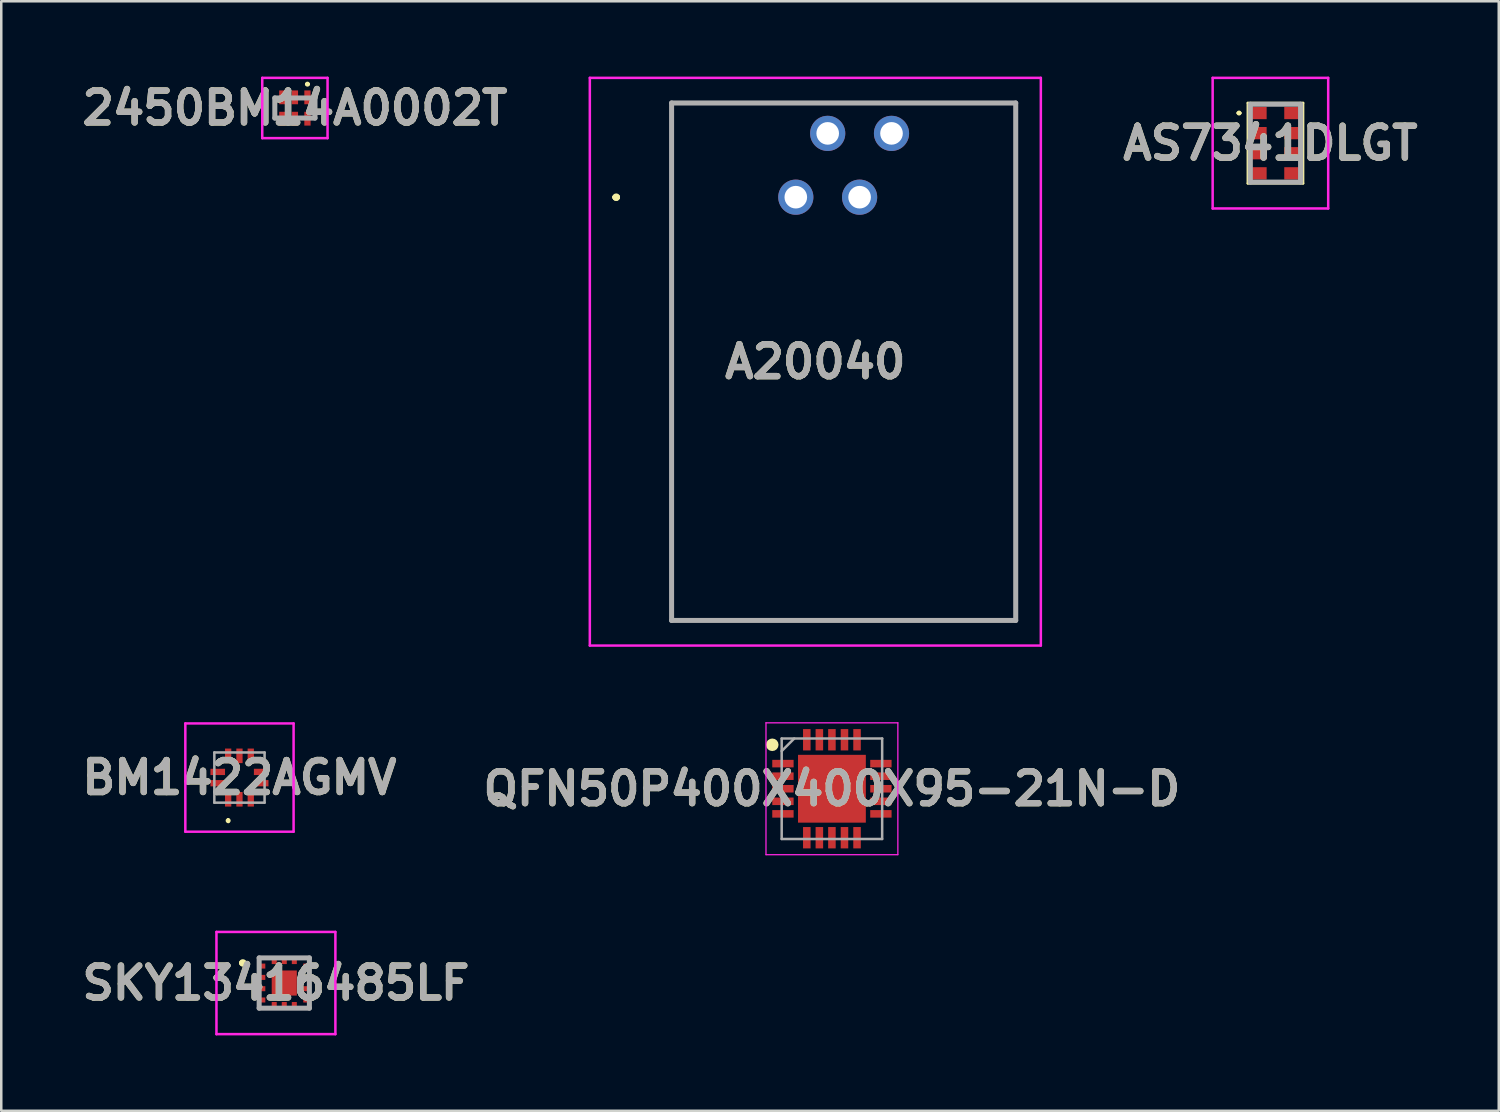
<source format=kicad_pcb>
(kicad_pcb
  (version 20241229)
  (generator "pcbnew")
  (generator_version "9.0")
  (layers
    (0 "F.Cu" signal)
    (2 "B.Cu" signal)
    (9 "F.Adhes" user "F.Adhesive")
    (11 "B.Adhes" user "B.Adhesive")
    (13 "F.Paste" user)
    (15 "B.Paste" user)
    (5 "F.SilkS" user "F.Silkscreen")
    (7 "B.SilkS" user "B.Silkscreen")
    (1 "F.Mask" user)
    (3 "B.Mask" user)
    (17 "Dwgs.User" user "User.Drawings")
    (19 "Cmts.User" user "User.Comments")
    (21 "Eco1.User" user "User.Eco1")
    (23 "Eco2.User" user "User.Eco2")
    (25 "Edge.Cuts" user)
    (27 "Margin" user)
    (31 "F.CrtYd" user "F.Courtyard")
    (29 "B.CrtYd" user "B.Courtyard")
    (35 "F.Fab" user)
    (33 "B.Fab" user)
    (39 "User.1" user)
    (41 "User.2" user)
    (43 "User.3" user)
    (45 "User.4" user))
  (footprint "AS7341DLGT"
    (layer "F.Cu")
    (at 47.726 2.65)
    (property "Reference" "AS7341DLGT" (at -0.2 0 0) (layer "F.SilkS") (effects (font (size 1.27 1.27) (thickness 0.254))))
    (attr smd)
    (fp_line (start -1.5 -1.2) (end -1.5 -1.2) (stroke (width 0.1) (type solid)) (layer "F.SilkS"))
    (fp_line (start -1.4 -1.2) (end -1.4 -1.2) (stroke (width 0.1) (type solid)) (layer "F.SilkS"))
    (fp_line (start -1.1 -1.6) (end 1.1 -1.6) (stroke (width 0.1) (type solid)) (layer "F.SilkS"))
    (fp_line (start -1.1 1.6) (end -1.1 -1.6) (stroke (width 0.1) (type solid)) (layer "F.SilkS"))
    (fp_line (start 1.1 -1.6) (end 1.1 1.6) (stroke (width 0.1) (type solid)) (layer "F.SilkS"))
    (fp_line (start 1.1 1.6) (end -1.1 1.6) (stroke (width 0.1) (type solid)) (layer "F.SilkS"))
    (fp_arc (start -1.5 -1.2) (mid -1.45 -1.25) (end -1.4 -1.2) (stroke (width 0.1) (type solid)) (layer "F.SilkS"))
    (fp_arc (start -1.4 -1.2) (mid -1.45 -1.15) (end -1.5 -1.2) (stroke (width 0.1) (type solid)) (layer "F.SilkS"))
    (fp_line (start -2.5 -2.6) (end 2.1 -2.6) (stroke (width 0.1) (type solid)) (layer "F.CrtYd"))
    (fp_line (start -2.5 2.6) (end -2.5 -2.6) (stroke (width 0.1) (type solid)) (layer "F.CrtYd"))
    (fp_line (start 2.1 -2.6) (end 2.1 2.6) (stroke (width 0.1) (type solid)) (layer "F.CrtYd"))
    (fp_line (start 2.1 2.6) (end -2.5 2.6) (stroke (width 0.1) (type solid)) (layer "F.CrtYd"))
    (fp_line (start -1 -1.55) (end 1 -1.55) (stroke (width 0.2) (type solid)) (layer "F.Fab"))
    (fp_line (start -1 1.55) (end -1 -1.55) (stroke (width 0.2) (type solid)) (layer "F.Fab"))
    (fp_line (start 1 -1.55) (end 1 1.55) (stroke (width 0.2) (type solid)) (layer "F.Fab"))
    (fp_line (start 1 1.55) (end -1 1.55) (stroke (width 0.2) (type solid)) (layer "F.Fab"))
    (fp_text user "${REFERENCE}" (at -0.2 0 0) (layer "F.Fab") (effects (font (size 1.27 1.27) (thickness 0.254))))
    (pad "1" smd rect (at -0.638 -1.2 90) (size 0.488 0.575) (layers "F.Cu" "F.Mask" "F.Paste"))
    (pad "2" smd rect (at -0.638 -0.4 90) (size 0.488 0.575) (layers "F.Cu" "F.Mask" "F.Paste"))
    (pad "3" smd rect (at -0.638 0.4 90) (size 0.488 0.575) (layers "F.Cu" "F.Mask" "F.Paste"))
    (pad "4" smd rect (at -0.638 1.2 90) (size 0.488 0.575) (layers "F.Cu" "F.Mask" "F.Paste"))
    (pad "5" smd rect (at 0.638 1.2 90) (size 0.488 0.575) (layers "F.Cu" "F.Mask" "F.Paste"))
    (pad "6" smd rect (at 0.638 0.4 90) (size 0.488 0.575) (layers "F.Cu" "F.Mask" "F.Paste"))
    (pad "7" smd rect (at 0.638 -0.4 90) (size 0.488 0.575) (layers "F.Cu" "F.Mask" "F.Paste"))
    (pad "8" smd rect (at 0.638 -1.2 90) (size 0.488 0.575) (layers "F.Cu" "F.Mask" "F.Paste")))
  (footprint "BM1422AGMV"
    (layer "F.Cu")
    (at 6.483 27.905)
    (property "Reference" "BM1422AGMV" (at 0 0 0) (layer "F.SilkS") (effects (font (size 1.27 1.27) (thickness 0.254))))
    (attr smd)
    (fp_line (start -0.45 1.665) (end -0.45 1.665) (stroke (width 0.1) (type solid)) (layer "F.SilkS"))
    (fp_line (start -0.45 1.765) (end -0.45 1.765) (stroke (width 0.1) (type solid)) (layer "F.SilkS"))
    (fp_arc (start -0.45 1.665) (mid -0.4 1.715) (end -0.45 1.765) (stroke (width 0.1) (type solid)) (layer "F.SilkS"))
    (fp_arc (start -0.45 1.765) (mid -0.5 1.715) (end -0.45 1.665) (stroke (width 0.1) (type solid)) (layer "F.SilkS"))
    (fp_line (start -2.155 -2.155) (end -2.155 2.155) (stroke (width 0.1) (type solid)) (layer "F.CrtYd"))
    (fp_line (start -2.155 2.155) (end 2.155 2.155) (stroke (width 0.1) (type solid)) (layer "F.CrtYd"))
    (fp_line (start 2.155 -2.155) (end -2.155 -2.155) (stroke (width 0.1) (type solid)) (layer "F.CrtYd"))
    (fp_line (start 2.155 2.155) (end 2.155 -2.155) (stroke (width 0.1) (type solid)) (layer "F.CrtYd"))
    (fp_line (start -1 -1) (end -1 1) (stroke (width 0.1) (type solid)) (layer "F.Fab"))
    (fp_line (start -1 1) (end 1 1) (stroke (width 0.1) (type solid)) (layer "F.Fab"))
    (fp_line (start 1 -1) (end -1 -1) (stroke (width 0.1) (type solid)) (layer "F.Fab"))
    (fp_line (start 1 1) (end 1 -1) (stroke (width 0.1) (type solid)) (layer "F.Fab"))
    (fp_text user "${REFERENCE}" (at 0 0 0) (layer "F.Fab") (effects (font (size 1.27 1.27) (thickness 0.254))))
    (pad "1" smd rect (at -0.45 0.865) (size 0.25 0.58) (layers "F.Cu" "F.Mask" "F.Paste"))
    (pad "2" smd rect (at 0 0.865) (size 0.25 0.58) (layers "F.Cu" "F.Mask" "F.Paste"))
    (pad "3" smd rect (at 0.45 0.865) (size 0.25 0.58) (layers "F.Cu" "F.Mask" "F.Paste"))
    (pad "4" smd rect (at 0.865 0.225 90) (size 0.25 0.58) (layers "F.Cu" "F.Mask" "F.Paste"))
    (pad "5" smd rect (at 0.865 -0.225 90) (size 0.25 0.58) (layers "F.Cu" "F.Mask" "F.Paste"))
    (pad "6" smd rect (at 0.45 -0.865) (size 0.25 0.58) (layers "F.Cu" "F.Mask" "F.Paste"))
    (pad "7" smd rect (at 0 -0.865) (size 0.25 0.58) (layers "F.Cu" "F.Mask" "F.Paste"))
    (pad "8" smd rect (at -0.45 -0.865) (size 0.25 0.58) (layers "F.Cu" "F.Mask" "F.Paste"))
    (pad "9" smd rect (at -0.865 -0.225 90) (size 0.25 0.58) (layers "F.Cu" "F.Mask" "F.Paste"))
    (pad "10" smd rect (at -0.865 0.225 90) (size 0.25 0.58) (layers "F.Cu" "F.Mask" "F.Paste")))
  (footprint "2450BM14A0002T"
    (layer "F.Cu")
    (at 8.69 1.25)
    (property "Reference" "2450BM14A0002T" (at 0 0 0) (layer "F.SilkS") (effects (font (size 1.27 1.27) (thickness 0.254))))
    (attr smd)
    (fp_line (start -0.8 -0.425) (end -0.8 0.425) (stroke (width 0.1) (type solid)) (layer "F.SilkS"))
    (fp_line (start 0.45 -0.95) (end 0.45 -0.95) (stroke (width 0.1) (type solid)) (layer "F.SilkS"))
    (fp_line (start 0.55 -0.95) (end 0.55 -0.95) (stroke (width 0.1) (type solid)) (layer "F.SilkS"))
    (fp_line (start 0.8 -0.4) (end 0.8 0.425) (stroke (width 0.1) (type solid)) (layer "F.SilkS"))
    (fp_arc (start 0.45 -0.95) (mid 0.5 -1) (end 0.55 -0.95) (stroke (width 0.1) (type solid)) (layer "F.SilkS"))
    (fp_arc (start 0.55 -0.95) (mid 0.5 -0.9) (end 0.45 -0.95) (stroke (width 0.1) (type solid)) (layer "F.SilkS"))
    (fp_line (start -1.3 -1.2) (end 1.3 -1.2) (stroke (width 0.1) (type solid)) (layer "F.CrtYd"))
    (fp_line (start -1.3 1.2) (end -1.3 -1.2) (stroke (width 0.1) (type solid)) (layer "F.CrtYd"))
    (fp_line (start 1.3 -1.2) (end 1.3 1.2) (stroke (width 0.1) (type solid)) (layer "F.CrtYd"))
    (fp_line (start 1.3 1.2) (end -1.3 1.2) (stroke (width 0.1) (type solid)) (layer "F.CrtYd"))
    (fp_line (start -0.8 -0.4) (end 0.8 -0.4) (stroke (width 0.2) (type solid)) (layer "F.Fab"))
    (fp_line (start -0.8 0.4) (end -0.8 -0.4) (stroke (width 0.2) (type solid)) (layer "F.Fab"))
    (fp_line (start 0.8 -0.4) (end 0.8 0.4) (stroke (width 0.2) (type solid)) (layer "F.Fab"))
    (fp_line (start 0.8 0.4) (end -0.8 0.4) (stroke (width 0.2) (type solid)) (layer "F.Fab"))
    (fp_text user "${REFERENCE}" (at 0 0 0) (layer "F.Fab") (effects (font (size 1.27 1.27) (thickness 0.254))))
    (pad "1" smd rect (at 0.5 -0.425) (size 0.25 0.55) (layers "F.Cu" "F.Mask" "F.Paste"))
    (pad "2" smd rect (at 0 -0.425) (size 0.25 0.55) (layers "F.Cu" "F.Mask" "F.Paste"))
    (pad "3" smd rect (at -0.5 -0.425) (size 0.25 0.55) (layers "F.Cu" "F.Mask" "F.Paste"))
    (pad "4" smd rect (at -0.5 0.425) (size 0.25 0.55) (layers "F.Cu" "F.Mask" "F.Paste"))
    (pad "5" smd rect (at 0 0.425) (size 0.25 0.55) (layers "F.Cu" "F.Mask" "F.Paste"))
    (pad "6" smd rect (at 0.5 0.425) (size 0.25 0.55) (layers "F.Cu" "F.Mask" "F.Paste")))
  (footprint "QFN50P400X400X95-21N-D"
    (layer "F.Cu")
    (at 30.069 28.35)
    (property "Reference" "QFN50P400X400X95-21N-D" (at 0 0 0) (layer "F.SilkS") (effects (font (size 1.27 1.27) (thickness 0.254))))
    (attr smd)
    (fp_circle (center -2.375 -1.75) (end -2.375 -1.625) (stroke (width 0.25) (type solid)) (fill no) (layer "F.SilkS"))
    (fp_line (start -2.625 -2.625) (end 2.625 -2.625) (stroke (width 0.05) (type solid)) (layer "F.CrtYd"))
    (fp_line (start -2.625 2.625) (end -2.625 -2.625) (stroke (width 0.05) (type solid)) (layer "F.CrtYd"))
    (fp_line (start 2.625 -2.625) (end 2.625 2.625) (stroke (width 0.05) (type solid)) (layer "F.CrtYd"))
    (fp_line (start 2.625 2.625) (end -2.625 2.625) (stroke (width 0.05) (type solid)) (layer "F.CrtYd"))
    (fp_line (start -2 -2) (end 2 -2) (stroke (width 0.1) (type solid)) (layer "F.Fab"))
    (fp_line (start -2 -1.5) (end -1.5 -2) (stroke (width 0.1) (type solid)) (layer "F.Fab"))
    (fp_line (start -2 2) (end -2 -2) (stroke (width 0.1) (type solid)) (layer "F.Fab"))
    (fp_line (start 2 -2) (end 2 2) (stroke (width 0.1) (type solid)) (layer "F.Fab"))
    (fp_line (start 2 2) (end -2 2) (stroke (width 0.1) (type solid)) (layer "F.Fab"))
    (fp_text user "${REFERENCE}" (at 0 0 0) (layer "F.Fab") (effects (font (size 1.27 1.27) (thickness 0.254))))
    (pad "1" smd rect (at -1.95 -1 90) (size 0.3 0.85) (layers "F.Cu" "F.Mask" "F.Paste"))
    (pad "2" smd rect (at -1.95 -0.5 90) (size 0.3 0.85) (layers "F.Cu" "F.Mask" "F.Paste"))
    (pad "3" smd rect (at -1.95 0 90) (size 0.3 0.85) (layers "F.Cu" "F.Mask" "F.Paste"))
    (pad "4" smd rect (at -1.95 0.5 90) (size 0.3 0.85) (layers "F.Cu" "F.Mask" "F.Paste"))
    (pad "5" smd rect (at -1.95 1 90) (size 0.3 0.85) (layers "F.Cu" "F.Mask" "F.Paste"))
    (pad "6" smd rect (at -1 1.95) (size 0.3 0.85) (layers "F.Cu" "F.Mask" "F.Paste"))
    (pad "7" smd rect (at -0.5 1.95) (size 0.3 0.85) (layers "F.Cu" "F.Mask" "F.Paste"))
    (pad "8" smd rect (at 0 1.95) (size 0.3 0.85) (layers "F.Cu" "F.Mask" "F.Paste"))
    (pad "9" smd rect (at 0.5 1.95) (size 0.3 0.85) (layers "F.Cu" "F.Mask" "F.Paste"))
    (pad "10" smd rect (at 1 1.95) (size 0.3 0.85) (layers "F.Cu" "F.Mask" "F.Paste"))
    (pad "11" smd rect (at 1.95 1 90) (size 0.3 0.85) (layers "F.Cu" "F.Mask" "F.Paste"))
    (pad "12" smd rect (at 1.95 0.5 90) (size 0.3 0.85) (layers "F.Cu" "F.Mask" "F.Paste"))
    (pad "13" smd rect (at 1.95 0 90) (size 0.3 0.85) (layers "F.Cu" "F.Mask" "F.Paste"))
    (pad "14" smd rect (at 1.95 -0.5 90) (size 0.3 0.85) (layers "F.Cu" "F.Mask" "F.Paste"))
    (pad "15" smd rect (at 1.95 -1 90) (size 0.3 0.85) (layers "F.Cu" "F.Mask" "F.Paste"))
    (pad "16" smd rect (at 1 -1.95) (size 0.3 0.85) (layers "F.Cu" "F.Mask" "F.Paste"))
    (pad "17" smd rect (at 0.5 -1.95) (size 0.3 0.85) (layers "F.Cu" "F.Mask" "F.Paste"))
    (pad "18" smd rect (at 0 -1.95) (size 0.3 0.85) (layers "F.Cu" "F.Mask" "F.Paste"))
    (pad "19" smd rect (at -0.5 -1.95) (size 0.3 0.85) (layers "F.Cu" "F.Mask" "F.Paste"))
    (pad "20" smd rect (at -1 -1.95) (size 0.3 0.85) (layers "F.Cu" "F.Mask" "F.Paste"))
    (pad "21" smd rect (at 0 0) (size 2.7 2.7) (layers "F.Cu" "F.Mask" "F.Paste")))
  (footprint "A20040"
    (layer "F.Cu")
    (at 28.631 4.8)
    (property "Reference" "A20040" (at 0.777 6.55 0) (layer "F.SilkS") (effects (font (size 1.27 1.27) (thickness 0.254))))
    (attr through_hole)
    (fp_line (start -7.2 0) (end -7.2 0) (stroke (width 0.2) (type solid)) (layer "F.SilkS"))
    (fp_line (start -7.2 0) (end -7.2 0) (stroke (width 0.2) (type solid)) (layer "F.SilkS"))
    (fp_line (start -7.1 0) (end -7.1 0) (stroke (width 0.2) (type solid)) (layer "F.SilkS"))
    (fp_line (start -4.945 -3.75) (end 8.755 -3.75) (stroke (width 0.1) (type solid)) (layer "F.SilkS"))
    (fp_line (start -4.945 16.85) (end -4.945 -3.75) (stroke (width 0.1) (type solid)) (layer "F.SilkS"))
    (fp_line (start 8.755 -3.75) (end 8.755 16.85) (stroke (width 0.1) (type solid)) (layer "F.SilkS"))
    (fp_line (start 8.755 16.85) (end -4.945 16.85) (stroke (width 0.1) (type solid)) (layer "F.SilkS"))
    (fp_arc (start -7.2 0) (mid -7.15 -0.05) (end -7.1 0) (stroke (width 0.2) (type solid)) (layer "F.SilkS"))
    (fp_arc (start -7.1 0) (mid -7.15 0.05) (end -7.2 0) (stroke (width 0.2) (type solid)) (layer "F.SilkS"))
    (fp_arc (start -7.1 0) (mid -7.15 0.05) (end -7.2 0) (stroke (width 0.2) (type solid)) (layer "F.SilkS"))
    (fp_line (start -8.2 -4.75) (end 9.755 -4.75) (stroke (width 0.1) (type solid)) (layer "F.CrtYd"))
    (fp_line (start -8.2 17.85) (end -8.2 -4.75) (stroke (width 0.1) (type solid)) (layer "F.CrtYd"))
    (fp_line (start 9.755 -4.75) (end 9.755 17.85) (stroke (width 0.1) (type solid)) (layer "F.CrtYd"))
    (fp_line (start 9.755 17.85) (end -8.2 17.85) (stroke (width 0.1) (type solid)) (layer "F.CrtYd"))
    (fp_line (start -4.945 -3.75) (end -4.945 16.85) (stroke (width 0.2) (type solid)) (layer "F.Fab"))
    (fp_line (start -4.945 16.85) (end 8.755 16.85) (stroke (width 0.2) (type solid)) (layer "F.Fab"))
    (fp_line (start 8.755 -3.75) (end -4.945 -3.75) (stroke (width 0.2) (type solid)) (layer "F.Fab"))
    (fp_line (start 8.755 16.85) (end 8.755 -3.75) (stroke (width 0.2) (type solid)) (layer "F.Fab"))
    (fp_text user "${REFERENCE}" (at 0.777 6.55 0) (layer "F.Fab") (effects (font (size 1.27 1.27) (thickness 0.254))))
    (pad "" np_thru_hole circle (at -1.905 6.35) (size 0.001 0.001) (drill 3.2) (layers "*.Cu" "*.Mask"))
    (pad "" np_thru_hole circle (at 5.715 6.35) (size 0.001 0.001) (drill 3.2) (layers "*.Cu" "*.Mask"))
    (pad "1" thru_hole circle (at 0 0) (size 1.4 1.4) (drill 0.9) (layers "*.Cu" "*.Mask"))
    (pad "2" thru_hole circle (at 1.27 -2.54) (size 1.4 1.4) (drill 0.9) (layers "*.Cu" "*.Mask"))
    (pad "3" thru_hole circle (at 2.54 0) (size 1.4 1.4) (drill 0.9) (layers "*.Cu" "*.Mask"))
    (pad "4" thru_hole circle (at 3.81 -2.54) (size 1.4 1.4) (drill 0.9) (layers "*.Cu" "*.Mask")))
  (footprint "SKY13416485LF"
    (layer "F.Cu")
    (at 8.267 36.085)
    (property "Reference" "SKY13416485LF" (at -0.333 0 0) (layer "F.SilkS") (effects (font (size 1.27 1.27) (thickness 0.254))))
    (attr smd)
    (fp_line (start -1.7 -0.8) (end -1.7 -0.8) (stroke (width 0.2) (type solid)) (layer "F.SilkS"))
    (fp_line (start -1.6 -0.8) (end -1.6 -0.8) (stroke (width 0.2) (type solid)) (layer "F.SilkS"))
    (fp_arc (start -1.7 -0.8) (mid -1.65 -0.85) (end -1.6 -0.8) (stroke (width 0.2) (type solid)) (layer "F.SilkS"))
    (fp_arc (start -1.6 -0.8) (mid -1.65 -0.75) (end -1.7 -0.8) (stroke (width 0.2) (type solid)) (layer "F.SilkS"))
    (fp_line (start -2.7 -2.035) (end 2.035 -2.035) (stroke (width 0.1) (type solid)) (layer "F.CrtYd"))
    (fp_line (start -2.7 2.035) (end -2.7 -2.035) (stroke (width 0.1) (type solid)) (layer "F.CrtYd"))
    (fp_line (start 2.035 -2.035) (end 2.035 2.035) (stroke (width 0.1) (type solid)) (layer "F.CrtYd"))
    (fp_line (start 2.035 2.035) (end -2.7 2.035) (stroke (width 0.1) (type solid)) (layer "F.CrtYd"))
    (fp_line (start -1 -1) (end 1 -1) (stroke (width 0.2) (type solid)) (layer "F.Fab"))
    (fp_line (start -1 1) (end -1 -1) (stroke (width 0.2) (type solid)) (layer "F.Fab"))
    (fp_line (start 1 -1) (end 1 1) (stroke (width 0.2) (type solid)) (layer "F.Fab"))
    (fp_line (start 1 1) (end -1 1) (stroke (width 0.2) (type solid)) (layer "F.Fab"))
    (fp_text user "${REFERENCE}" (at -0.333 0 0) (layer "F.Fab") (effects (font (size 1.27 1.27) (thickness 0.254))))
    (pad "1" smd rect (at -0.895 -0.675 90) (size 0.2 0.28) (layers "F.Cu" "F.Mask" "F.Paste"))
    (pad "2" smd rect (at -0.895 -0.225 90) (size 0.2 0.28) (layers "F.Cu" "F.Mask" "F.Paste"))
    (pad "3" smd rect (at -0.895 0.225 90) (size 0.2 0.28) (layers "F.Cu" "F.Mask" "F.Paste"))
    (pad "4" smd rect (at -0.895 0.675 90) (size 0.2 0.28) (layers "F.Cu" "F.Mask" "F.Paste"))
    (pad "5" smd rect (at -0.4 0.895) (size 0.2 0.28) (layers "F.Cu" "F.Mask" "F.Paste"))
    (pad "6" smd rect (at 0 0.895) (size 0.2 0.28) (layers "F.Cu" "F.Mask" "F.Paste"))
    (pad "7" smd rect (at 0.4 0.895) (size 0.2 0.28) (layers "F.Cu" "F.Mask" "F.Paste"))
    (pad "8" smd rect (at 0.895 0.675 90) (size 0.2 0.28) (layers "F.Cu" "F.Mask" "F.Paste"))
    (pad "9" smd rect (at 0.895 0.225 90) (size 0.2 0.28) (layers "F.Cu" "F.Mask" "F.Paste"))
    (pad "10" smd rect (at 0.895 -0.225 90) (size 0.2 0.28) (layers "F.Cu" "F.Mask" "F.Paste"))
    (pad "11" smd rect (at 0.895 -0.675 90) (size 0.2 0.28) (layers "F.Cu" "F.Mask" "F.Paste"))
    (pad "12" smd rect (at 0.4 -0.895) (size 0.2 0.28) (layers "F.Cu" "F.Mask" "F.Paste"))
    (pad "13" smd rect (at 0 -0.895) (size 0.2 0.28) (layers "F.Cu" "F.Mask" "F.Paste"))
    (pad "14" smd rect (at -0.4 -0.895) (size 0.2 0.28) (layers "F.Cu" "F.Mask" "F.Paste"))
    (pad "15" smd rect (at 0 0) (size 1 1) (layers "F.Cu" "F.Mask" "F.Paste")))
  (gr_rect
    (start -3 -3)
    (end 56.616 41.17)
    (stroke (width 0.1) (type default))
    (fill no)
    (layer "Edge.Cuts")))
</source>
